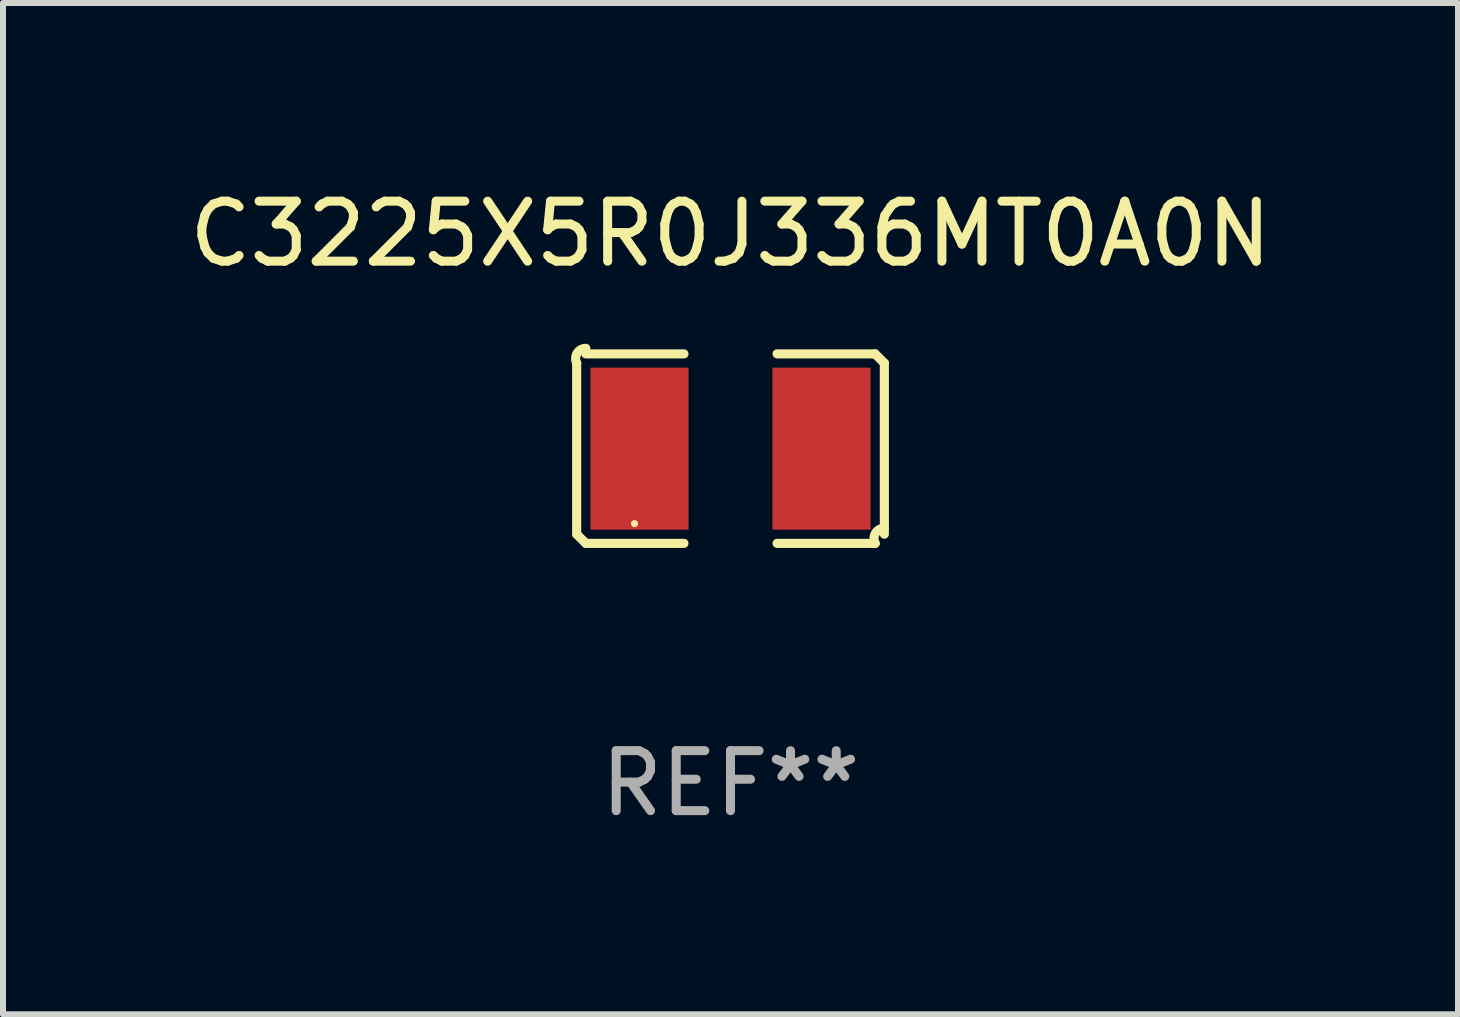
<source format=kicad_pcb>
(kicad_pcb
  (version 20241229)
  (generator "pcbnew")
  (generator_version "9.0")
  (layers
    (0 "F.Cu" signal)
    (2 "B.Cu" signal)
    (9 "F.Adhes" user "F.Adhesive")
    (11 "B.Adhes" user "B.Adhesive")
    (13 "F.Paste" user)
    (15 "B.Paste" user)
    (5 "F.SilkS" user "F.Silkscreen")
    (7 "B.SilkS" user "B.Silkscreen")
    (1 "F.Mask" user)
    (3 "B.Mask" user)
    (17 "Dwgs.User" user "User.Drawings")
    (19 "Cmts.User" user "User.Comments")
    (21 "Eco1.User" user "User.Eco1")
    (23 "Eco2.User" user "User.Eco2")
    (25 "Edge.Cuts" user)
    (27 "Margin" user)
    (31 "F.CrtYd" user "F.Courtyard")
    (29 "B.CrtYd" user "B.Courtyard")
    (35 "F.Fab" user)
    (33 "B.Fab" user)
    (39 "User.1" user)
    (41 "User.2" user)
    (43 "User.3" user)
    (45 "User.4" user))
  (footprint "C3225X5R0J336MT0A0N"
    (layer "F.Cu")
    (at 9.125 4.427)
    (property "Reference" "C3225X5R0J336MT0A0N" (at 0 -3.579 0) (layer "F.SilkS") (effects (font (size 1 1) (thickness 0.15))))
    (attr through_hole)
    (fp_line (start -2.564 1.426) (end -2.564 -1.426) (stroke (width 0.152) (type solid)) (layer "F.SilkS"))
    (fp_line (start -2.411 -1.579) (end -0.776 -1.579) (stroke (width 0.152) (type solid)) (layer "F.SilkS"))
    (fp_line (start -0.776 1.579) (end -2.411 1.579) (stroke (width 0.152) (type solid)) (layer "F.SilkS"))
    (fp_line (start 0.776 1.579) (end 2.411 1.579) (stroke (width 0.152) (type solid)) (layer "F.SilkS"))
    (fp_line (start 2.411 -1.579) (end 0.776 -1.579) (stroke (width 0.152) (type solid)) (layer "F.SilkS"))
    (fp_line (start 2.564 1.426) (end 2.564 -1.426) (stroke (width 0.152) (type solid)) (layer "F.SilkS"))
    (fp_arc (start -2.563602 -1.426213) (mid -2.555597 -1.591233) (end -2.411201 -1.671518) (stroke (width 0.1524) (type solid)) (layer "F.SilkS"))
    (fp_arc (start -2.5636 1.426214) (mid -2.487389 1.502402) (end -2.411201 1.578613) (stroke (width 0.1524) (type solid)) (layer "F.SilkS"))
    (fp_arc (start 2.411197 -1.578618) (mid 2.487403 -1.502419) (end 2.563602 -1.426213) (stroke (width 0.1524) (type solid)) (layer "F.SilkS"))
    (fp_arc (start 2.411201 1.578613) (mid 2.416214 1.409455) (end 2.563602 1.32629) (stroke (width 0.1524) (type solid)) (layer "F.SilkS"))
    (fp_circle (center -1.6 1.25) (end -1.57 1.25) (stroke (width 0.06) (type solid)) (fill no) (layer "F.SilkS"))
    (fp_text user "REF**" (at 0 5.579 0) (layer "F.Fab") (effects (font (size 1 1) (thickness 0.15))))
    (pad "1" smd rect (at -1.517 0) (size 1.635 2.7) (layers "F.Cu" "F.Mask" "F.Paste"))
    (pad "2" smd rect (at 1.517 0) (size 1.635 2.7) (layers "F.Cu" "F.Mask" "F.Paste")))
  (gr_rect
    (start -3 -3)
    (end 21.25 13.854)
    (stroke (width 0.1) (type default))
    (fill no)
    (layer "Edge.Cuts")))
</source>
